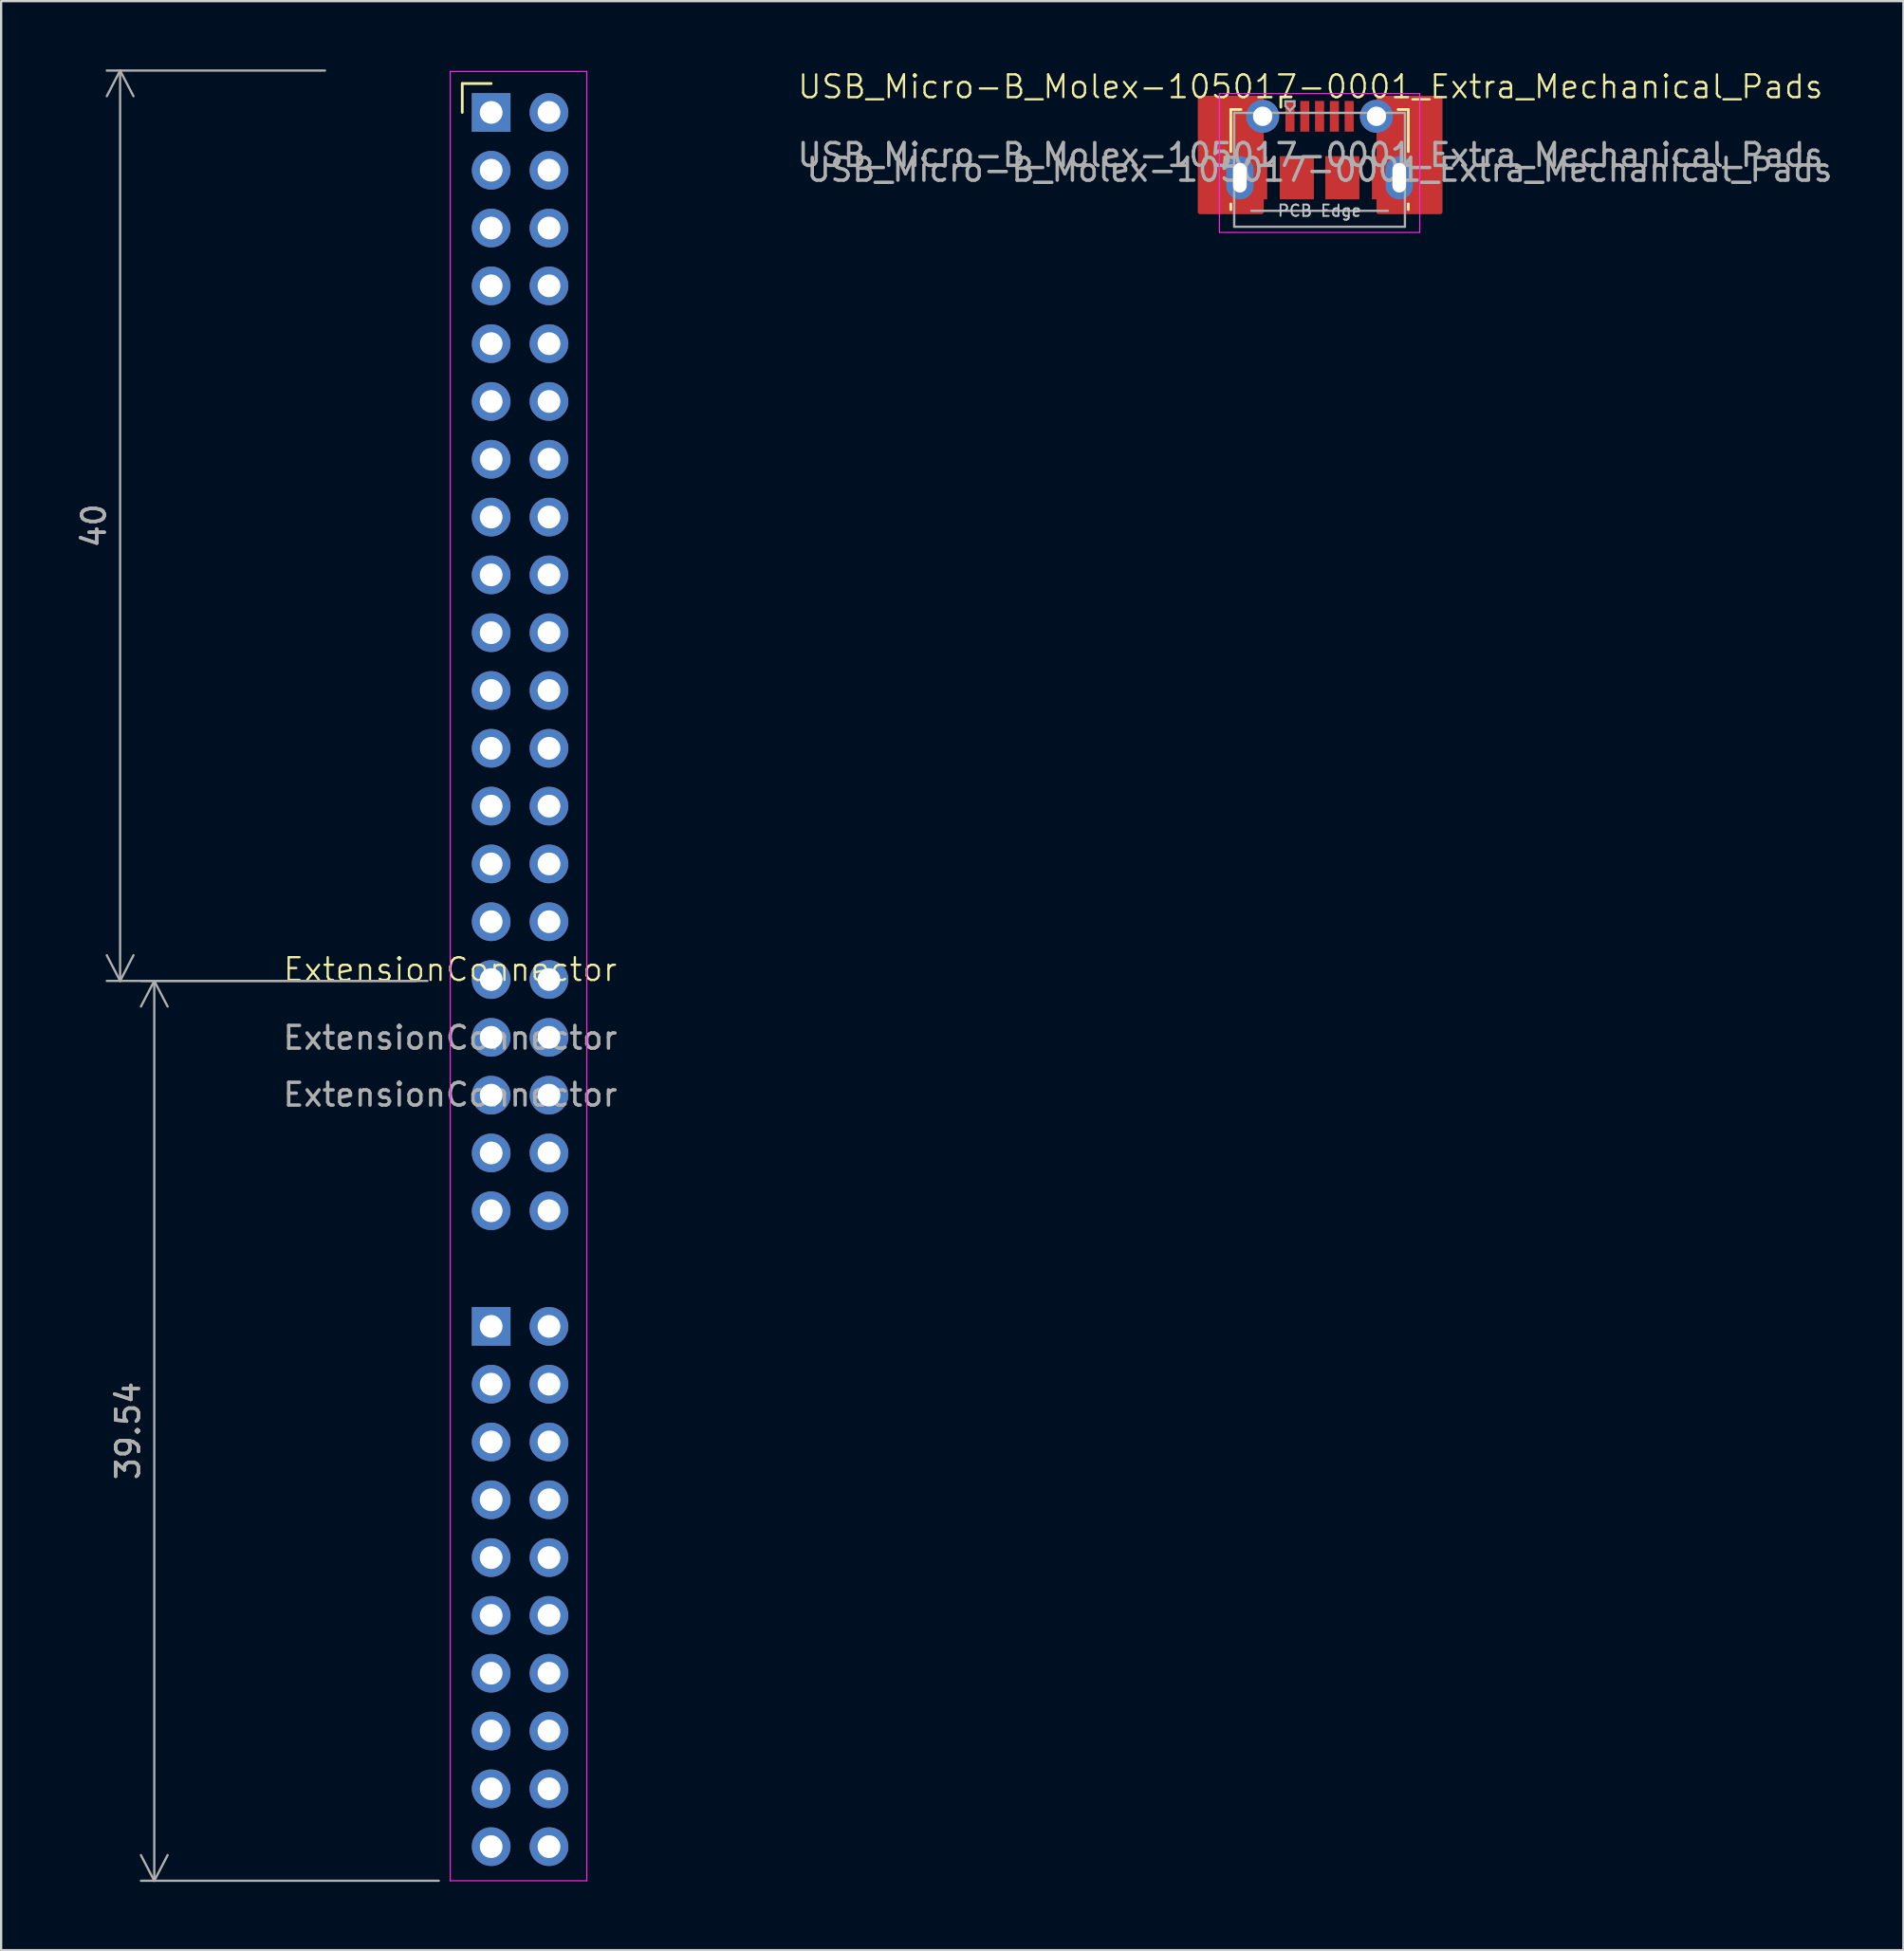
<source format=kicad_pcb>
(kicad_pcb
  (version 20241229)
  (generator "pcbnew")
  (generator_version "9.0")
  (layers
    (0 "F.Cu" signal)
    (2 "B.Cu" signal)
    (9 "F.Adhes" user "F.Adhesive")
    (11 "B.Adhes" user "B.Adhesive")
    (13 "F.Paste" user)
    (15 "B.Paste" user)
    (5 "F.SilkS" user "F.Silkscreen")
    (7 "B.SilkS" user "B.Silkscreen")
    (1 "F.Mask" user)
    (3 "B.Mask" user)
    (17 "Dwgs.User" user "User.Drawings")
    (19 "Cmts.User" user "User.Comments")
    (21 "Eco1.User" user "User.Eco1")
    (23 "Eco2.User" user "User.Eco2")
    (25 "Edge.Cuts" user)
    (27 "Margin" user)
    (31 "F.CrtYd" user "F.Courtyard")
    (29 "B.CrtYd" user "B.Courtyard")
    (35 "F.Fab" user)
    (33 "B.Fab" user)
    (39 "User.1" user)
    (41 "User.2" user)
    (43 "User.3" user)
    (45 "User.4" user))
  (footprint "USB_Micro-B_Molex-105017-0001_Extra_Mechanical_Pads"
    (layer "F.Cu")
    (at 54.518 1.26)
    (property "Reference" "USB_Micro-B_Molex-105017-0001_Extra_Mechanical_Pads" (at 0 -0.5 0) (unlocked yes) (layer "F.SilkS") (effects (font (size 1 1) (thickness 0.1))))
    (attr smd)
    (fp_rect (start -4.85 0) (end -2.15 5) (stroke (width 0.2) (type solid)) (fill yes) (layers "F.Cu" "F.Mask"))
    (fp_rect (start 3 0) (end 5.7 5) (stroke (width 0.2) (type solid)) (fill yes) (layers "F.Cu" "F.Mask"))
    (fp_line (start -3.5 0.5) (end -3.05 0.5) (stroke (width 0.12) (type solid)) (layer "F.SilkS"))
    (fp_line (start -3.5 2.35) (end -3.5 0.5) (stroke (width 0.12) (type solid)) (layer "F.SilkS"))
    (fp_line (start -3.5 4.9) (end -3.5 4.65) (stroke (width 0.12) (type solid)) (layer "F.SilkS"))
    (fp_line (start -1.3 -0.05) (end -1.3 0.4) (stroke (width 0.12) (type solid)) (layer "F.SilkS"))
    (fp_line (start -1.3 -0.05) (end -0.85 -0.05) (stroke (width 0.12) (type solid)) (layer "F.SilkS"))
    (fp_line (start 4.3 0.5) (end 3.85 0.5) (stroke (width 0.12) (type solid)) (layer "F.SilkS"))
    (fp_line (start 4.3 2.35) (end 4.3 0.5) (stroke (width 0.12) (type solid)) (layer "F.SilkS"))
    (fp_line (start 4.3 4.9) (end 4.3 4.65) (stroke (width 0.12) (type solid)) (layer "F.SilkS"))
    (fp_line (start -4 -0.198) (end 4.8 -0.198) (stroke (width 0.05) (type solid)) (layer "F.CrtYd"))
    (fp_line (start -4 5.902) (end -4 -0.198) (stroke (width 0.05) (type solid)) (layer "F.CrtYd"))
    (fp_line (start -4 5.902) (end 4.8 5.902) (stroke (width 0.05) (type solid)) (layer "F.CrtYd"))
    (fp_line (start 4.8 -0.198) (end 4.8 5.902) (stroke (width 0.05) (type solid)) (layer "F.CrtYd"))
    (fp_line (start -3.35 0.65) (end 4.15 0.65) (stroke (width 0.1) (type solid)) (layer "F.Fab"))
    (fp_line (start -3.35 5.65) (end -3.35 0.65) (stroke (width 0.1) (type solid)) (layer "F.Fab"))
    (fp_line (start -3.35 5.652) (end 4.15 5.652) (stroke (width 0.1) (type solid)) (layer "F.Fab"))
    (fp_line (start -2.6 4.952) (end 3.4 4.952) (stroke (width 0.1) (type solid)) (layer "F.Fab"))
    (fp_line (start -1.1 0.14) (end -1.1 0.35) (stroke (width 0.1) (type solid)) (layer "F.Fab"))
    (fp_line (start -1.1 0.14) (end -0.7 0.14) (stroke (width 0.1) (type solid)) (layer "F.Fab"))
    (fp_line (start -0.9 0.55) (end -1.1 0.35) (stroke (width 0.1) (type solid)) (layer "F.Fab"))
    (fp_line (start -0.7 0.14) (end -0.7 0.35) (stroke (width 0.1) (type solid)) (layer "F.Fab"))
    (fp_line (start -0.7 0.35) (end -0.9 0.55) (stroke (width 0.1) (type solid)) (layer "F.Fab"))
    (fp_line (start 4.15 5.65) (end 4.15 0.65) (stroke (width 0.1) (type solid)) (layer "F.Fab"))
    (fp_text user "PCB Edge" (at 0.4 4.95 0) (layer "Dwgs.User") (effects (font (size 0.5 0.5) (thickness 0.08))))
    (fp_text user "${REFERENCE}" (at 0 2.5 0) (unlocked yes) (layer "F.Fab") (effects (font (size 1 1) (thickness 0.15))))
    (fp_text user "${REFERENCE}" (at 0.4 3.15 0) (layer "F.Fab") (effects (font (size 1 1) (thickness 0.15))))
    (pad "1" smd rect (at -0.9 0.8) (size 0.4 1.35) (layers "F.Cu" "F.Mask" "F.Paste"))
    (pad "2" smd rect (at -0.25 0.8) (size 0.4 1.35) (layers "F.Cu" "F.Mask" "F.Paste"))
    (pad "3" smd rect (at 0.4 0.8) (size 0.4 1.35) (layers "F.Cu" "F.Mask" "F.Paste"))
    (pad "4" smd rect (at 1.05 0.8) (size 0.4 1.35) (layers "F.Cu" "F.Mask" "F.Paste"))
    (pad "5" smd rect (at 1.7 0.8) (size 0.4 1.35) (layers "F.Cu" "F.Mask" "F.Paste"))
    (pad "6" thru_hole oval (at -3.1 3.5 180) (size 1.2 1.9) (drill oval 0.6 1.3) (property pad_prop_heatsink) (layers "*.Cu" "*.Mask"))
    (pad "6" smd rect (at -2.5 3.5) (size 1.2 1.9) (layers "F.Cu" "F.Mask"))
    (pad "6" thru_hole circle (at -2.1 0.8) (size 1.45 1.45) (drill 0.85) (property pad_prop_heatsink) (layers "*.Cu" "*.Mask"))
    (pad "6" smd rect (at -0.6 3.5) (size 1.5 1.9) (layers "F.Cu" "F.Mask" "F.Paste"))
    (pad "6" smd rect (at 1.4 3.5) (size 1.5 1.9) (layers "F.Cu" "F.Mask" "F.Paste"))
    (pad "6" thru_hole circle (at 2.9 0.8) (size 1.45 1.45) (drill 0.85) (property pad_prop_heatsink) (layers "*.Cu" "*.Mask"))
    (pad "6" smd rect (at 3.3 3.5) (size 1.2 1.9) (layers "F.Cu" "F.Mask"))
    (pad "6" thru_hole oval (at 3.9 3.5) (size 1.2 1.9) (drill oval 0.6 1.3) (property pad_prop_heatsink) (layers "*.Cu" "*.Mask")))
  (footprint "ExtensionConnector"
    (layer "F.Cu")
    (at 16.727 40.05)
    (property "Reference" "ExtensionConnector" (at 0 -0.5 0) (unlocked yes) (layer "F.SilkS") (effects (font (size 1 1) (thickness 0.1))))
    (attr through_hole)
    (fp_line (start 0.53 -39.43) (end 1.8 -39.43) (stroke (width 0.12) (type solid)) (layer "F.SilkS"))
    (fp_line (start 0.53 -38.16) (end 0.53 -39.43) (stroke (width 0.12) (type solid)) (layer "F.SilkS"))
    (fp_line (start 0 -39.96) (end 0 39.54) (stroke (width 0.05) (type solid)) (layer "F.CrtYd"))
    (fp_line (start 0 39.54) (end 6 39.54) (stroke (width 0.05) (type solid)) (layer "F.CrtYd"))
    (fp_line (start 6 -39.96) (end 0 -39.96) (stroke (width 0.05) (type solid)) (layer "F.CrtYd"))
    (fp_line (start 6 39.54) (end 6 -39.96) (stroke (width 0.05) (type solid)) (layer "F.CrtYd"))
    (fp_line (start 1.48 -38.48) (end 1.48 -37.84) (stroke (width 0.1) (type solid)) (layer "F.Fab"))
    (fp_line (start 1.48 -35.94) (end 1.48 -35.3) (stroke (width 0.1) (type solid)) (layer "F.Fab"))
    (fp_line (start 1.48 -33.4) (end 1.48 -32.76) (stroke (width 0.1) (type solid)) (layer "F.Fab"))
    (fp_line (start 1.48 -30.86) (end 1.48 -30.22) (stroke (width 0.1) (type solid)) (layer "F.Fab"))
    (fp_line (start 1.48 -28.32) (end 1.48 -27.68) (stroke (width 0.1) (type solid)) (layer "F.Fab"))
    (fp_line (start 1.48 -25.78) (end 1.48 -25.14) (stroke (width 0.1) (type solid)) (layer "F.Fab"))
    (fp_line (start 1.48 -23.24) (end 1.48 -22.6) (stroke (width 0.1) (type solid)) (layer "F.Fab"))
    (fp_line (start 1.48 -20.7) (end 1.48 -20.06) (stroke (width 0.1) (type solid)) (layer "F.Fab"))
    (fp_line (start 1.48 -18.16) (end 1.48 -17.52) (stroke (width 0.1) (type solid)) (layer "F.Fab"))
    (fp_line (start 1.48 -15.62) (end 1.48 -14.98) (stroke (width 0.1) (type solid)) (layer "F.Fab"))
    (fp_line (start 1.48 -13.08) (end 1.48 -12.44) (stroke (width 0.1) (type solid)) (layer "F.Fab"))
    (fp_line (start 1.48 -10.54) (end 1.48 -9.9) (stroke (width 0.1) (type solid)) (layer "F.Fab"))
    (fp_line (start 1.48 -8) (end 1.48 -7.36) (stroke (width 0.1) (type solid)) (layer "F.Fab"))
    (fp_line (start 1.48 -5.46) (end 1.48 -4.82) (stroke (width 0.1) (type solid)) (layer "F.Fab"))
    (fp_line (start 1.48 -2.92) (end 1.48 -2.28) (stroke (width 0.1) (type solid)) (layer "F.Fab"))
    (fp_line (start 1.48 -0.38) (end 1.48 0.26) (stroke (width 0.1) (type solid)) (layer "F.Fab"))
    (fp_line (start 1.48 2.16) (end 1.48 2.8) (stroke (width 0.1) (type solid)) (layer "F.Fab"))
    (fp_line (start 1.48 4.7) (end 1.48 5.34) (stroke (width 0.1) (type solid)) (layer "F.Fab"))
    (fp_line (start 1.48 7.24) (end 1.48 7.88) (stroke (width 0.1) (type solid)) (layer "F.Fab"))
    (fp_line (start 1.48 9.78) (end 1.48 10.42) (stroke (width 0.1) (type solid)) (layer "F.Fab"))
    (fp_text user "${REFERENCE}" (at 0 5 180) (layer "F.Fab") (effects (font (size 1 1) (thickness 0.15))))
    (fp_text user "${REFERENCE}" (at 0 2.5 0) (unlocked yes) (layer "F.Fab") (effects (font (size 1 1) (thickness 0.15))))
    (dimension (type orthogonal) (layer "F.Fab") (pts (xy 15.727 40.05) (xy 11.727 0.05)) (height -13.5) (orientation 1) (format (prefix "") (suffix "") (units 3) (units_format 0) (precision 4) (suppress_zeroes yes)) (style (thickness 0.1) (arrow_length 1.27) (text_position_mode 0) (arrow_direction outward) (extension_height 0.586) (extension_offset 0.5) (keep_text_aligned yes)) (gr_text "40" (at 1.077 20.05 90) (layer "F.Fab") (effects (font (size 1 1) (thickness 0.15)))))
    (dimension (type orthogonal) (layer "F.Fab") (pts (xy 16.727 79.59) (xy 16.227 40.05)) (height -13) (orientation 1) (format (prefix "") (suffix "") (units 3) (units_format 0) (precision 4) (suppress_zeroes yes)) (style (thickness 0.1) (arrow_length 1.27) (text_position_mode 0) (arrow_direction outward) (extension_height 0.586) (extension_offset 0.5) (keep_text_aligned yes)) (gr_text "39.54" (at 2.577 59.82 90) (layer "F.Fab") (effects (font (size 1 1) (thickness 0.15)))))
    (dimension (type orthogonal) (layer "User.1") (pts (xy 22.727 0.09) (xy 22.727 79.59)) (height 5.5) (orientation 1) (format (prefix "") (suffix "") (units 3) (units_format 0) (precision 4) (suppress_zeroes yes)) (style (thickness 0.1) (arrow_length 1.27) (text_position_mode 0) (arrow_direction outward) (extension_height 0.586) (extension_offset 0.5) (keep_text_aligned yes)) (gr_text "79.5" (at 27.077 39.84 90) (layer "User.1") (effects (font (size 1 1) (thickness 0.15)))))
    (pad "1" thru_hole rect (at 1.8 -38.16) (size 1.7 1.7) (drill 1) (layers "*.Cu" "*.Mask"))
    (pad "2" thru_hole oval (at 4.34 -38.16) (size 1.7 1.7) (drill 1) (layers "*.Cu" "*.Mask"))
    (pad "3" thru_hole oval (at 1.8 -35.62) (size 1.7 1.7) (drill 1) (layers "*.Cu" "*.Mask"))
    (pad "4" thru_hole oval (at 4.34 -35.62) (size 1.7 1.7) (drill 1) (layers "*.Cu" "*.Mask"))
    (pad "5" thru_hole oval (at 1.8 -33.08) (size 1.7 1.7) (drill 1) (layers "*.Cu" "*.Mask"))
    (pad "6" thru_hole oval (at 4.34 -33.08) (size 1.7 1.7) (drill 1) (layers "*.Cu" "*.Mask"))
    (pad "7" thru_hole oval (at 1.8 -30.54) (size 1.7 1.7) (drill 1) (layers "*.Cu" "*.Mask"))
    (pad "8" thru_hole oval (at 4.34 -30.54) (size 1.7 1.7) (drill 1) (layers "*.Cu" "*.Mask"))
    (pad "9" thru_hole oval (at 1.8 -28) (size 1.7 1.7) (drill 1) (layers "*.Cu" "*.Mask"))
    (pad "10" thru_hole oval (at 4.34 -28) (size 1.7 1.7) (drill 1) (layers "*.Cu" "*.Mask"))
    (pad "11" thru_hole oval (at 1.8 -25.46) (size 1.7 1.7) (drill 1) (layers "*.Cu" "*.Mask"))
    (pad "12" thru_hole oval (at 4.34 -25.46) (size 1.7 1.7) (drill 1) (layers "*.Cu" "*.Mask"))
    (pad "13" thru_hole oval (at 1.8 -22.92) (size 1.7 1.7) (drill 1) (layers "*.Cu" "*.Mask"))
    (pad "14" thru_hole oval (at 4.34 -22.92) (size 1.7 1.7) (drill 1) (layers "*.Cu" "*.Mask"))
    (pad "15" thru_hole oval (at 1.8 -20.38) (size 1.7 1.7) (drill 1) (layers "*.Cu" "*.Mask"))
    (pad "16" thru_hole oval (at 4.34 -20.38) (size 1.7 1.7) (drill 1) (layers "*.Cu" "*.Mask"))
    (pad "17" thru_hole oval (at 1.8 -17.84) (size 1.7 1.7) (drill 1) (layers "*.Cu" "*.Mask"))
    (pad "18" thru_hole oval (at 4.34 -17.84) (size 1.7 1.7) (drill 1) (layers "*.Cu" "*.Mask"))
    (pad "19" thru_hole oval (at 1.8 -15.3) (size 1.7 1.7) (drill 1) (layers "*.Cu" "*.Mask"))
    (pad "20" thru_hole oval (at 4.34 -15.3) (size 1.7 1.7) (drill 1) (layers "*.Cu" "*.Mask"))
    (pad "21" thru_hole oval (at 1.8 -12.76) (size 1.7 1.7) (drill 1) (layers "*.Cu" "*.Mask"))
    (pad "22" thru_hole oval (at 4.34 -12.76) (size 1.7 1.7) (drill 1) (layers "*.Cu" "*.Mask"))
    (pad "23" thru_hole oval (at 1.8 -10.22) (size 1.7 1.7) (drill 1) (layers "*.Cu" "*.Mask"))
    (pad "24" thru_hole oval (at 4.34 -10.22) (size 1.7 1.7) (drill 1) (layers "*.Cu" "*.Mask"))
    (pad "25" thru_hole oval (at 1.8 -7.68) (size 1.7 1.7) (drill 1) (layers "*.Cu" "*.Mask"))
    (pad "26" thru_hole oval (at 4.34 -7.68) (size 1.7 1.7) (drill 1) (layers "*.Cu" "*.Mask"))
    (pad "27" thru_hole oval (at 1.8 -5.14) (size 1.7 1.7) (drill 1) (layers "*.Cu" "*.Mask"))
    (pad "28" thru_hole oval (at 4.34 -5.14) (size 1.7 1.7) (drill 1) (layers "*.Cu" "*.Mask"))
    (pad "29" thru_hole oval (at 1.8 -2.6) (size 1.7 1.7) (drill 1) (layers "*.Cu" "*.Mask"))
    (pad "30" thru_hole oval (at 4.34 -2.6) (size 1.7 1.7) (drill 1) (layers "*.Cu" "*.Mask"))
    (pad "31" thru_hole oval (at 1.8 -0.06) (size 1.7 1.7) (drill 1) (layers "*.Cu" "*.Mask"))
    (pad "32" thru_hole oval (at 4.34 -0.06) (size 1.7 1.7) (drill 1) (layers "*.Cu" "*.Mask"))
    (pad "33" thru_hole oval (at 1.8 2.48) (size 1.7 1.7) (drill 1) (layers "*.Cu" "*.Mask"))
    (pad "34" thru_hole oval (at 4.34 2.48) (size 1.7 1.7) (drill 1) (layers "*.Cu" "*.Mask"))
    (pad "35" thru_hole oval (at 1.8 5.02) (size 1.7 1.7) (drill 1) (layers "*.Cu" "*.Mask"))
    (pad "36" thru_hole oval (at 4.34 5.02) (size 1.7 1.7) (drill 1) (layers "*.Cu" "*.Mask"))
    (pad "37" thru_hole oval (at 1.8 7.56) (size 1.7 1.7) (drill 1) (layers "*.Cu" "*.Mask"))
    (pad "38" thru_hole oval (at 4.34 7.56) (size 1.7 1.7) (drill 1) (layers "*.Cu" "*.Mask"))
    (pad "39" thru_hole oval (at 1.8 10.1) (size 1.7 1.7) (drill 1) (layers "*.Cu" "*.Mask"))
    (pad "40" thru_hole oval (at 4.34 10.1) (size 1.7 1.7) (drill 1) (layers "*.Cu" "*.Mask"))
    (pad "41" thru_hole rect (at 1.8 15.18) (size 1.7 1.7) (drill 1) (layers "*.Cu" "*.Mask"))
    (pad "42" thru_hole oval (at 4.34 15.18) (size 1.7 1.7) (drill 1) (layers "*.Cu" "*.Mask"))
    (pad "43" thru_hole oval (at 1.8 17.72) (size 1.7 1.7) (drill 1) (layers "*.Cu" "*.Mask"))
    (pad "44" thru_hole oval (at 4.34 17.72) (size 1.7 1.7) (drill 1) (layers "*.Cu" "*.Mask"))
    (pad "45" thru_hole oval (at 1.8 20.26) (size 1.7 1.7) (drill 1) (layers "*.Cu" "*.Mask"))
    (pad "46" thru_hole oval (at 4.34 20.26) (size 1.7 1.7) (drill 1) (layers "*.Cu" "*.Mask"))
    (pad "47" thru_hole oval (at 1.8 22.8) (size 1.7 1.7) (drill 1) (layers "*.Cu" "*.Mask"))
    (pad "48" thru_hole oval (at 4.34 22.8) (size 1.7 1.7) (drill 1) (layers "*.Cu" "*.Mask"))
    (pad "49" thru_hole oval (at 1.8 25.34) (size 1.7 1.7) (drill 1) (layers "*.Cu" "*.Mask"))
    (pad "50" thru_hole oval (at 4.34 25.34) (size 1.7 1.7) (drill 1) (layers "*.Cu" "*.Mask"))
    (pad "51" thru_hole oval (at 1.8 27.88) (size 1.7 1.7) (drill 1) (layers "*.Cu" "*.Mask"))
    (pad "52" thru_hole oval (at 4.34 27.88) (size 1.7 1.7) (drill 1) (layers "*.Cu" "*.Mask"))
    (pad "53" thru_hole oval (at 1.8 30.42) (size 1.7 1.7) (drill 1) (layers "*.Cu" "*.Mask"))
    (pad "54" thru_hole oval (at 4.34 30.42) (size 1.7 1.7) (drill 1) (layers "*.Cu" "*.Mask"))
    (pad "55" thru_hole oval (at 1.8 32.96) (size 1.7 1.7) (drill 1) (layers "*.Cu" "*.Mask"))
    (pad "56" thru_hole oval (at 4.34 32.96) (size 1.7 1.7) (drill 1) (layers "*.Cu" "*.Mask"))
    (pad "57" thru_hole oval (at 1.8 35.5) (size 1.7 1.7) (drill 1) (layers "*.Cu" "*.Mask"))
    (pad "58" thru_hole oval (at 4.34 35.5) (size 1.7 1.7) (drill 1) (layers "*.Cu" "*.Mask"))
    (pad "59" thru_hole oval (at 1.8 38.04) (size 1.7 1.7) (drill 1) (layers "*.Cu" "*.Mask"))
    (pad "60" thru_hole oval (at 4.34 38.04) (size 1.7 1.7) (drill 1) (layers "*.Cu" "*.Mask")))
  (gr_rect
    (start -3 -3)
    (end 80.567 82.64)
    (stroke (width 0.1) (type default))
    (fill no)
    (layer "Edge.Cuts")))
</source>
